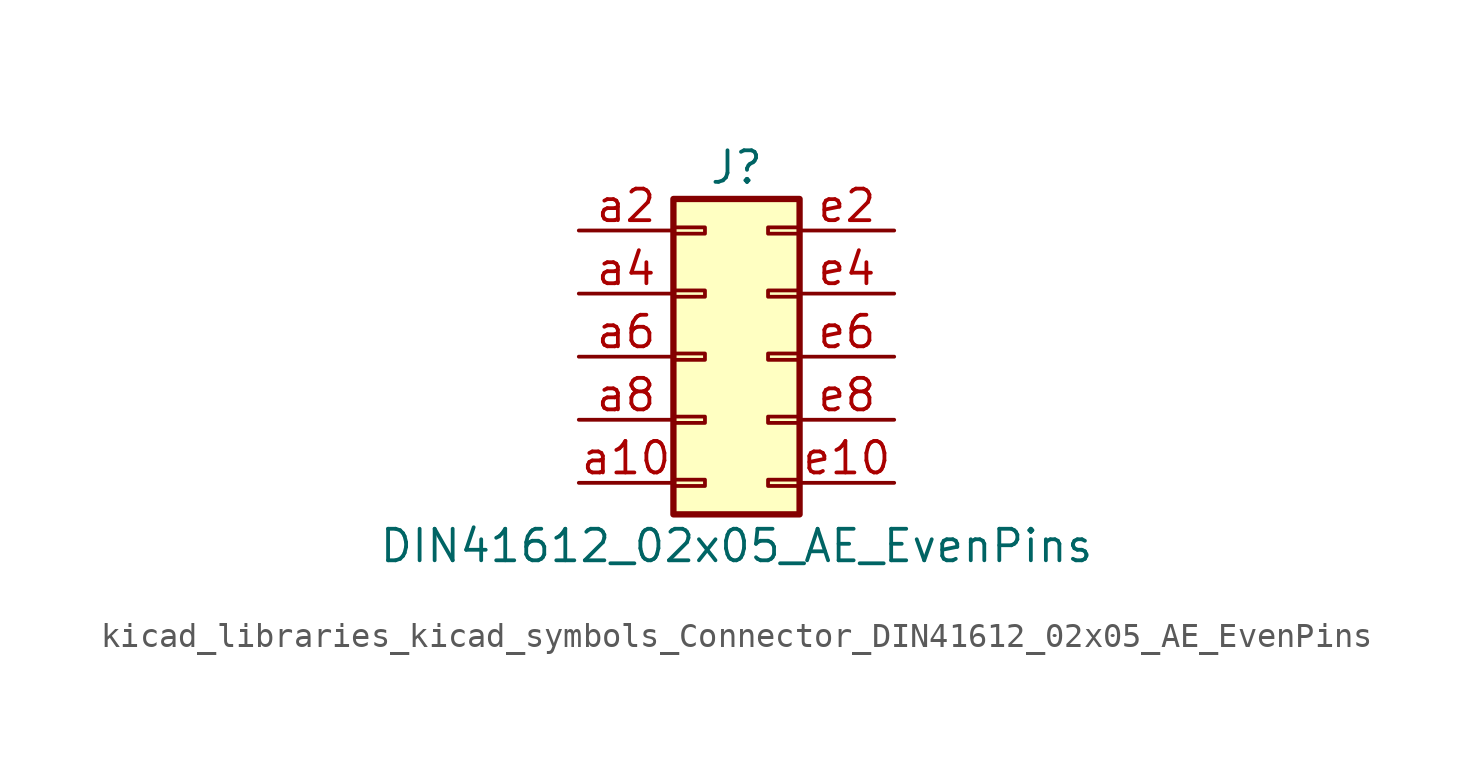
<source format=kicad_sym>
(kicad_symbol_lib
  (version 20220914)
  (generator kicad_symbol_editor)
  (symbol "kicad_libraries_kicad_symbols_Connector_DIN41612_02x05_AE_EvenPins"
    (pin_names
      (offset 1.016) hide)
    (property "Reference" "J"
      (at 1.27 7.62 0)
      (effects (font (size 1.27 1.27))))
    (property "Value" "DIN41612_02x05_AE_EvenPins"
      (at 1.27 -7.62 0)
      (effects (font (size 1.27 1.27))))
    (symbol "kicad_libraries_kicad_symbols_Connector_DIN41612_02x05_AE_EvenPins_1_1"
      (rectangle (start -1.27 -4.953) (end 0 -5.207) (stroke (width 0.152) (type default)) (fill (type none)))
      (rectangle (start -1.27 -2.413) (end 0 -2.667) (stroke (width 0.152) (type default)) (fill (type none)))
      (rectangle (start -1.27 0.127) (end 0 -0.127) (stroke (width 0.152) (type default)) (fill (type none)))
      (rectangle (start -1.27 2.667) (end 0 2.413) (stroke (width 0.152) (type default)) (fill (type none)))
      (rectangle (start -1.27 5.207) (end 0 4.953) (stroke (width 0.152) (type default)) (fill (type none)))
      (rectangle (start -1.27 6.35) (end 3.81 -6.35) (stroke (width 0.254) (type default)) (fill (type background)))
      (rectangle (start 3.81 -4.953) (end 2.54 -5.207) (stroke (width 0.152) (type default)) (fill (type none)))
      (rectangle (start 3.81 -2.413) (end 2.54 -2.667) (stroke (width 0.152) (type default)) (fill (type none)))
      (rectangle (start 3.81 0.127) (end 2.54 -0.127) (stroke (width 0.152) (type default)) (fill (type none)))
      (rectangle (start 3.81 2.667) (end 2.54 2.413) (stroke (width 0.152) (type default)) (fill (type none)))
      (rectangle (start 3.81 5.207) (end 2.54 4.953) (stroke (width 0.152) (type default)) (fill (type none)))
      (pin passive line (at -5.08 -5.08 0) (length 3.81) (name "Pin_a10" (effects (font (size 1.27 1.27)))) (number "a10" (effects (font (size 1.27 1.27)))))
      (pin passive line (at -5.08 5.08 0) (length 3.81) (name "Pin_a2" (effects (font (size 1.27 1.27)))) (number "a2" (effects (font (size 1.27 1.27)))))
      (pin passive line (at -5.08 2.54 0) (length 3.81) (name "Pin_a4" (effects (font (size 1.27 1.27)))) (number "a4" (effects (font (size 1.27 1.27)))))
      (pin passive line (at -5.08 0 0) (length 3.81) (name "Pin_a6" (effects (font (size 1.27 1.27)))) (number "a6" (effects (font (size 1.27 1.27)))))
      (pin passive line (at -5.08 -2.54 0) (length 3.81) (name "Pin_a8" (effects (font (size 1.27 1.27)))) (number "a8" (effects (font (size 1.27 1.27)))))
      (pin passive line (at 7.62 -5.08 180) (length 3.81) (name "Pin_e10" (effects (font (size 1.27 1.27)))) (number "e10" (effects (font (size 1.27 1.27)))))
      (pin passive line (at 7.62 5.08 180) (length 3.81) (name "Pin_e2" (effects (font (size 1.27 1.27)))) (number "e2" (effects (font (size 1.27 1.27)))))
      (pin passive line (at 7.62 2.54 180) (length 3.81) (name "Pin_e4" (effects (font (size 1.27 1.27)))) (number "e4" (effects (font (size 1.27 1.27)))))
      (pin passive line (at 7.62 0 180) (length 3.81) (name "Pin_e6" (effects (font (size 1.27 1.27)))) (number "e6" (effects (font (size 1.27 1.27)))))
      (pin passive line (at 7.62 -2.54 180) (length 3.81) (name "Pin_e8" (effects (font (size 1.27 1.27)))) (number "e8" (effects (font (size 1.27 1.27))))))))
</source>
